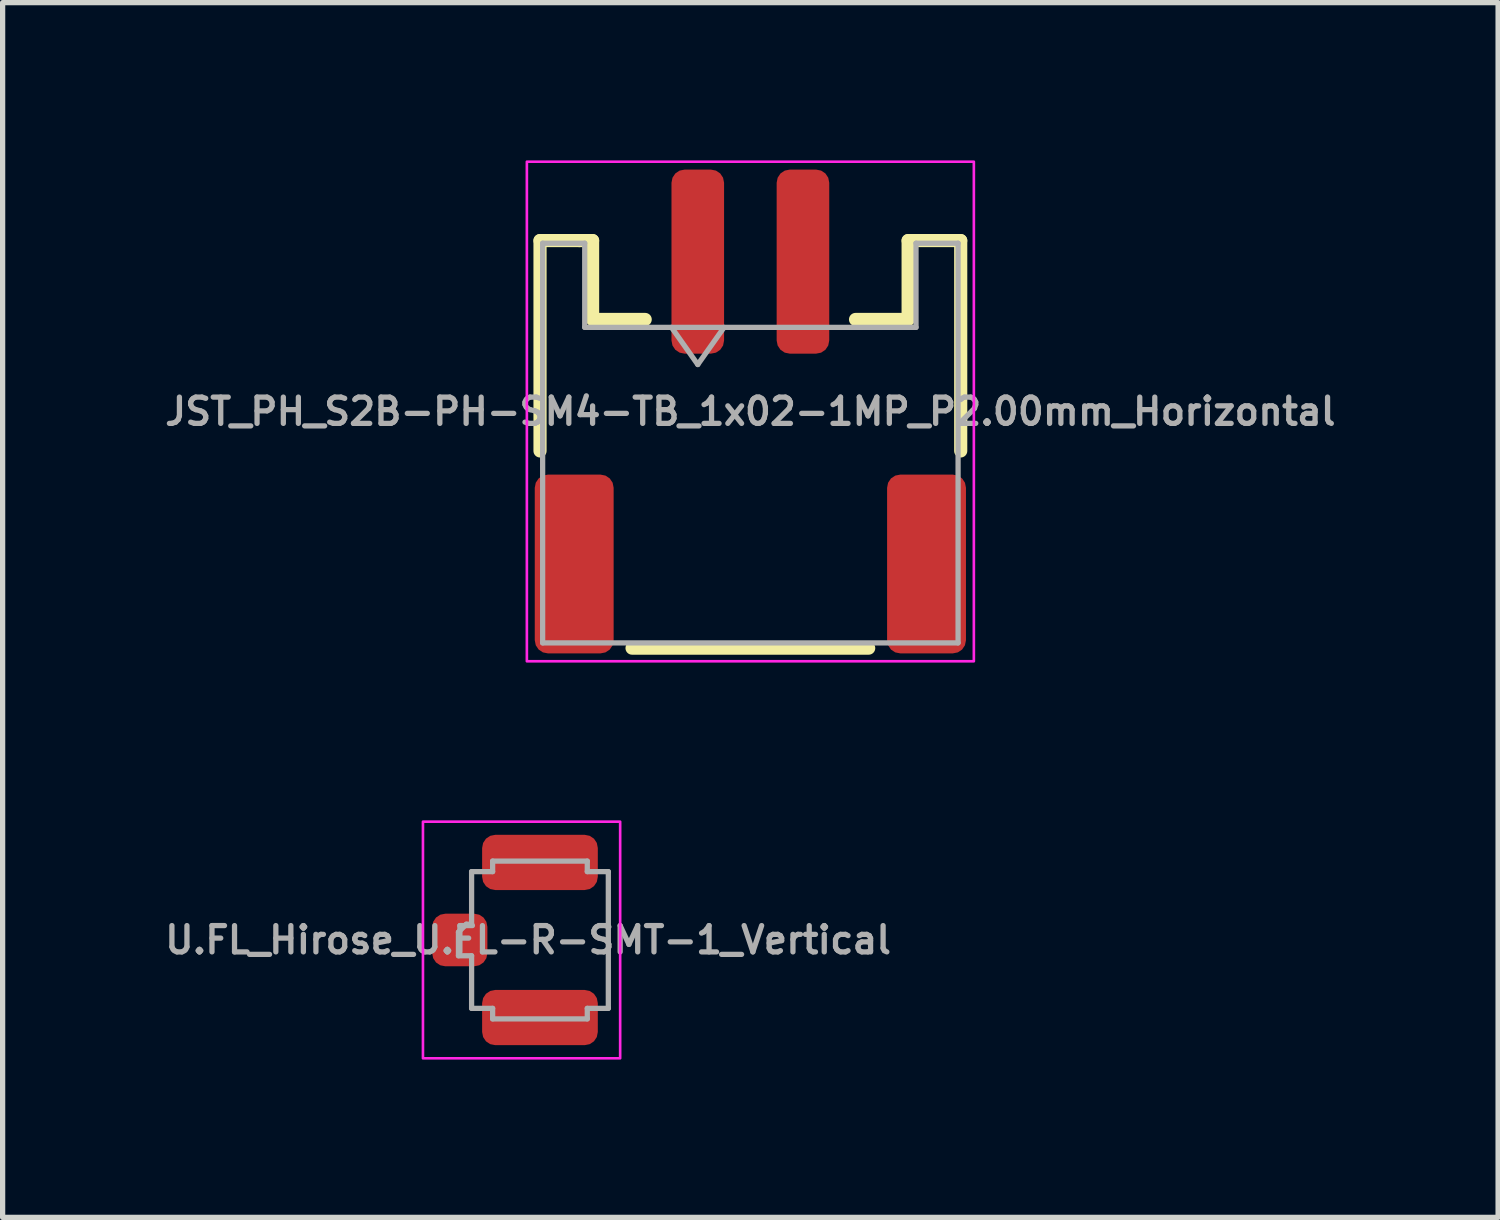
<source format=kicad_pcb>
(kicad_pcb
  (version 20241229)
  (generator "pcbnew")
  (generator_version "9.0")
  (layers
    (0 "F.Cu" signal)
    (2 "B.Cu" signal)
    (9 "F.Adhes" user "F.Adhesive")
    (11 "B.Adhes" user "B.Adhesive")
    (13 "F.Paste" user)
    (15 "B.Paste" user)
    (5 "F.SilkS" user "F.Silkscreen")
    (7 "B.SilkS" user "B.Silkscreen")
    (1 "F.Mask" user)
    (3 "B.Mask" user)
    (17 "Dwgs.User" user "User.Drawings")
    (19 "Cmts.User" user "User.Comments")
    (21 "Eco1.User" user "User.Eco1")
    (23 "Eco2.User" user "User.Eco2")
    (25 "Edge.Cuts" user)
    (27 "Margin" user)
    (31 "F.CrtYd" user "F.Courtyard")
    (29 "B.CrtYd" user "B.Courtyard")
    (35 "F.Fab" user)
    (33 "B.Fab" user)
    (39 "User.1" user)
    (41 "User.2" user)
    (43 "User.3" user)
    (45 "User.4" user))
  (footprint "JST_PH_S2B-PH-SM4-TB_1x02-1MP_P2.00mm_Horizontal"
    (layer "F.Cu")
    (at 11.219 4.775)
    (property "Reference" "JST_PH_S2B-PH-SM4-TB_1x02-1MP_P2.00mm_Horizontal" (at 0 0 0) (layer "F.Fab") (effects (font (size 0.5 0.5) (thickness 0.1) (bold yes))))
    (attr smd)
    (fp_line (start -4 -3.25) (end -3.25 -3.25) (stroke (width 0.25) (type solid)) (layer "F.SilkS"))
    (fp_line (start -4 0.75) (end -4 -3.25) (stroke (width 0.25) (type solid)) (layer "F.SilkS"))
    (fp_line (start -3.25 -3.25) (end -3 -3.25) (stroke (width 0.25) (type solid)) (layer "F.SilkS"))
    (fp_line (start -3 -3.25) (end -3 -1.75) (stroke (width 0.25) (type solid)) (layer "F.SilkS"))
    (fp_line (start -3 -1.75) (end -2 -1.75) (stroke (width 0.25) (type solid)) (layer "F.SilkS"))
    (fp_line (start -2.25 4.5) (end 2.25 4.5) (stroke (width 0.25) (type solid)) (layer "F.SilkS"))
    (fp_line (start 2 -1.75) (end 3 -1.75) (stroke (width 0.25) (type solid)) (layer "F.SilkS"))
    (fp_line (start 3 -3.25) (end 4 -3.25) (stroke (width 0.25) (type solid)) (layer "F.SilkS"))
    (fp_line (start 3 -1.75) (end 3 -3.25) (stroke (width 0.25) (type solid)) (layer "F.SilkS"))
    (fp_line (start 4 -3.25) (end 4 0.75) (stroke (width 0.25) (type solid)) (layer "F.SilkS"))
    (fp_rect (start -4.25 -4.75) (end 4.25 4.75) (stroke (width 0.05) (type solid)) (fill no) (layer "F.CrtYd"))
    (fp_line (start -3.95 -3.2) (end -3.95 4.4) (stroke (width 0.1) (type solid)) (layer "F.Fab"))
    (fp_line (start -3.95 -3.2) (end -3.15 -3.2) (stroke (width 0.1) (type solid)) (layer "F.Fab"))
    (fp_line (start -3.95 4.4) (end 3.95 4.4) (stroke (width 0.1) (type solid)) (layer "F.Fab"))
    (fp_line (start -3.15 -3.2) (end -3.15 -1.6) (stroke (width 0.1) (type solid)) (layer "F.Fab"))
    (fp_line (start -3.15 -1.6) (end 3.15 -1.6) (stroke (width 0.1) (type solid)) (layer "F.Fab"))
    (fp_line (start -1.5 -1.6) (end -1 -0.893) (stroke (width 0.1) (type solid)) (layer "F.Fab"))
    (fp_line (start -1 -0.893) (end -0.5 -1.6) (stroke (width 0.1) (type solid)) (layer "F.Fab"))
    (fp_line (start 3.15 -3.2) (end 3.95 -3.2) (stroke (width 0.1) (type solid)) (layer "F.Fab"))
    (fp_line (start 3.15 -1.6) (end 3.15 -3.2) (stroke (width 0.1) (type solid)) (layer "F.Fab"))
    (fp_line (start 3.95 -3.2) (end 3.95 4.4) (stroke (width 0.1) (type solid)) (layer "F.Fab"))
    (pad "1" smd roundrect (at -1 -2.85) (size 1 3.5) (layers "F.Cu" "F.Mask" "F.Paste") (roundrect_rratio 0.25))
    (pad "2" smd roundrect (at 1 -2.85) (size 1 3.5) (layers "F.Cu" "F.Mask" "F.Paste") (roundrect_rratio 0.25))
    (pad "MP" smd roundrect (at -3.35 2.9) (size 1.5 3.4) (layers "F.Cu" "F.Mask" "F.Paste") (roundrect_rratio 0.167))
    (pad "MP" smd roundrect (at 3.35 2.9) (size 1.5 3.4) (layers "F.Cu" "F.Mask" "F.Paste") (roundrect_rratio 0.167)))
  (footprint "U.FL_Hirose_U.FL-R-SMT-1_Vertical"
    (layer "F.Cu")
    (at 6.743 14.825)
    (property "Reference" "U.FL_Hirose_U.FL-R-SMT-1_Vertical" (at 0.25 0 0) (layer "F.Fab") (effects (font (size 0.5 0.5) (thickness 0.1) (bold yes))))
    (attr smd)
    (fp_rect (start -0.515 -0.94) (end 1.575 0.94) (stroke (width 0) (type solid)) (fill yes) (layer "F.Mask"))
    (fp_rect (start -1.75 -2.25) (end 2 2.25) (stroke (width 0.05) (type default)) (fill no) (layer "F.CrtYd"))
    (fp_line (start -1.075 0.3) (end -1.075 -0.15) (stroke (width 0.1) (type solid)) (layer "F.Fab"))
    (fp_line (start -1.075 0.3) (end -0.825 0.3) (stroke (width 0.1) (type solid)) (layer "F.Fab"))
    (fp_line (start -0.925 -0.3) (end -1.075 -0.15) (stroke (width 0.1) (type solid)) (layer "F.Fab"))
    (fp_line (start -0.925 -0.3) (end -0.825 -0.3) (stroke (width 0.1) (type solid)) (layer "F.Fab"))
    (fp_line (start -0.825 -0.3) (end -0.825 -1.3) (stroke (width 0.1) (type solid)) (layer "F.Fab"))
    (fp_line (start -0.825 0.3) (end -0.825 1.3) (stroke (width 0.1) (type solid)) (layer "F.Fab"))
    (fp_line (start -0.425 -1.5) (end -0.425 -1.3) (stroke (width 0.1) (type solid)) (layer "F.Fab"))
    (fp_line (start -0.425 -1.5) (end 1.375 -1.5) (stroke (width 0.1) (type solid)) (layer "F.Fab"))
    (fp_line (start -0.425 -1.3) (end -0.825 -1.3) (stroke (width 0.1) (type solid)) (layer "F.Fab"))
    (fp_line (start -0.425 1.3) (end -0.825 1.3) (stroke (width 0.1) (type solid)) (layer "F.Fab"))
    (fp_line (start -0.425 1.5) (end -0.425 1.3) (stroke (width 0.1) (type solid)) (layer "F.Fab"))
    (fp_line (start -0.425 1.5) (end 1.375 1.5) (stroke (width 0.1) (type solid)) (layer "F.Fab"))
    (fp_line (start 1.375 -1.5) (end 1.375 -1.3) (stroke (width 0.1) (type solid)) (layer "F.Fab"))
    (fp_line (start 1.375 1.5) (end 1.375 1.3) (stroke (width 0.1) (type solid)) (layer "F.Fab"))
    (fp_line (start 1.775 -1.3) (end 1.375 -1.3) (stroke (width 0.1) (type solid)) (layer "F.Fab"))
    (fp_line (start 1.775 -1.3) (end 1.775 1.3) (stroke (width 0.1) (type solid)) (layer "F.Fab"))
    (fp_line (start 1.775 1.3) (end 1.375 1.3) (stroke (width 0.1) (type solid)) (layer "F.Fab"))
    (pad "1" smd roundrect (at -1.05 0) (size 1.05 1) (layers "F.Cu" "F.Mask" "F.Paste") (roundrect_rratio 0.25))
    (pad "2" smd roundrect (at 0.475 -1.475) (size 2.2 1.05) (layers "F.Cu" "F.Mask" "F.Paste") (roundrect_rratio 0.238))
    (pad "2" smd roundrect (at 0.475 1.475) (size 2.2 1.05) (layers "F.Cu" "F.Mask" "F.Paste") (roundrect_rratio 0.238))
    (zone (net_name "") (layers "F.Cu" "B.Cu") (hatch edge 0.5) (connect_pads) (min_thickness 0.25) (filled_areas_thickness no) (keepout (tracks not_allowed) (vias not_allowed) (pads not_allowed) (copperpour not_allowed) (footprints allowed)) (placement (enabled no)) (fill) (polygon (pts (xy 8.318 13.875) (xy 6.228 13.875) (xy 6.228 15.775) (xy 8.318 15.775)))))
  (gr_rect
    (start -3 -3)
    (end 25.438 20.1)
    (stroke (width 0.1) (type default))
    (fill no)
    (layer "Edge.Cuts")))
</source>
